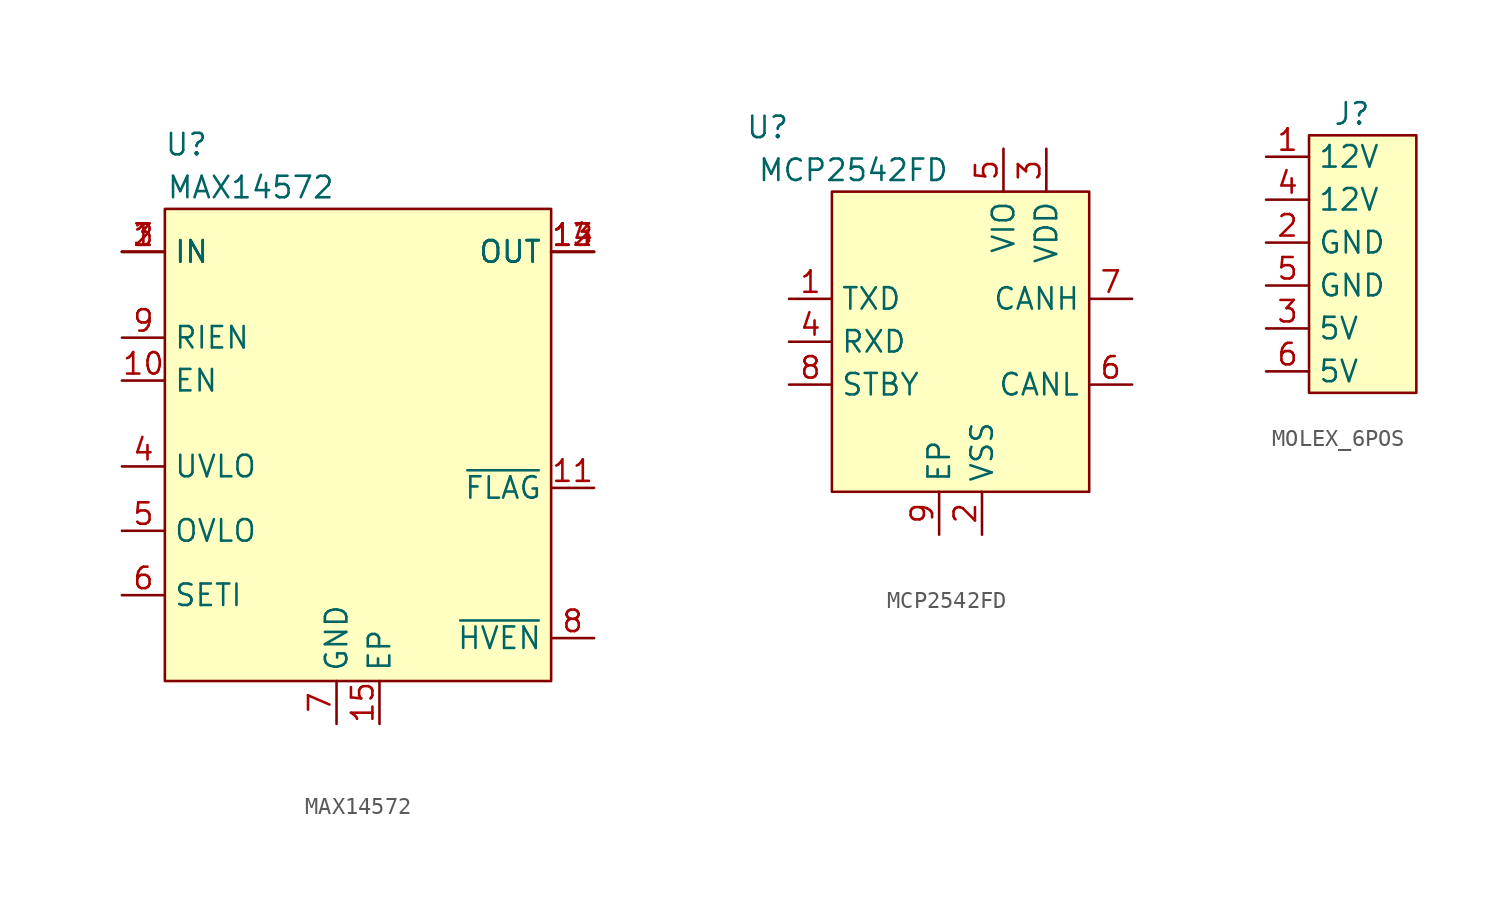
<source format=kicad_sym>
(kicad_symbol_lib
  (version 20220914)
  (generator kicad_symbol_editor)
  (symbol "MAX14572"
    (property "Reference" "U"
      (at -10.16 3.81 0)
      (effects (font (size 1.27 1.27))))
    (property "Value" "MAX14572"
      (at -6.35 1.27 0)
      (effects (font (size 1.27 1.27))))
    (symbol "MAX14572_1_1"
      (rectangle (start -11.43 0) (end 11.43 -27.94) (stroke (width 0) (type default)) (fill (type background)))
      (pin input line (at -13.97 -2.54 0) (length 2.54) (name "IN" (effects (font (size 1.27 1.27)))) (number "1" (effects (font (size 1.27 1.27)))))
      (pin input line (at -13.97 -10.16 0) (length 2.54) (name "EN" (effects (font (size 1.27 1.27)))) (number "10" (effects (font (size 1.27 1.27)))))
      (pin input line (at 13.97 -16.51 180) (length 2.54) (name "~{FLAG}" (effects (font (size 1.27 1.27)))) (number "11" (effects (font (size 1.27 1.27)))))
      (pin input line (at 13.97 -2.54 180) (length 2.54) (name "OUT" (effects (font (size 1.27 1.27)))) (number "12" (effects (font (size 1.27 1.27)))))
      (pin input line (at 13.97 -2.54 180) (length 2.54) (name "OUT" (effects (font (size 1.27 1.27)))) (number "13" (effects (font (size 1.27 1.27)))))
      (pin input line (at 13.97 -2.54 180) (length 2.54) (name "OUT" (effects (font (size 1.27 1.27)))) (number "14" (effects (font (size 1.27 1.27)))))
      (pin input line (at 1.27 -30.48 90) (length 2.54) (name "EP" (effects (font (size 1.27 1.27)))) (number "15" (effects (font (size 1.27 1.27)))))
      (pin input line (at -13.97 -2.54 0) (length 2.54) (name "IN" (effects (font (size 1.27 1.27)))) (number "2" (effects (font (size 1.27 1.27)))))
      (pin input line (at -13.97 -2.54 0) (length 2.54) (name "IN" (effects (font (size 1.27 1.27)))) (number "3" (effects (font (size 1.27 1.27)))))
      (pin input line (at -13.97 -15.24 0) (length 2.54) (name "UVLO" (effects (font (size 1.27 1.27)))) (number "4" (effects (font (size 1.27 1.27)))))
      (pin input line (at -13.97 -19.05 0) (length 2.54) (name "OVLO" (effects (font (size 1.27 1.27)))) (number "5" (effects (font (size 1.27 1.27)))))
      (pin input line (at -13.97 -22.86 0) (length 2.54) (name "SETI" (effects (font (size 1.27 1.27)))) (number "6" (effects (font (size 1.27 1.27)))))
      (pin input line (at -1.27 -30.48 90) (length 2.54) (name "GND" (effects (font (size 1.27 1.27)))) (number "7" (effects (font (size 1.27 1.27)))))
      (pin input line (at 13.97 -25.4 180) (length 2.54) (name "~{HVEN}" (effects (font (size 1.27 1.27)))) (number "8" (effects (font (size 1.27 1.27)))))
      (pin input line (at -13.97 -7.62 0) (length 2.54) (name "RIEN" (effects (font (size 1.27 1.27)))) (number "9" (effects (font (size 1.27 1.27)))))))
  (symbol "MCP2542FD"
    (property "Reference" "U"
      (at -11.43 3.81 0)
      (effects (font (size 1.27 1.27))))
    (property "Value" "MCP2542FD"
      (at -6.35 1.27 0)
      (effects (font (size 1.27 1.27))))
    (symbol "MCP2542FD_0_0"
      (pin passive line (at -10.16 -6.35 0) (length 2.54) (name "TXD" (effects (font (size 1.27 1.27)))) (number "1" (effects (font (size 1.27 1.27)))))
      (pin passive line (at 1.27 -20.32 90) (length 2.54) (name "VSS" (effects (font (size 1.27 1.27)))) (number "2" (effects (font (size 1.27 1.27)))))
      (pin passive line (at 5.08 2.54 270) (length 2.54) (name "VDD" (effects (font (size 1.27 1.27)))) (number "3" (effects (font (size 1.27 1.27)))))
      (pin passive line (at -10.16 -8.89 0) (length 2.54) (name "RXD" (effects (font (size 1.27 1.27)))) (number "4" (effects (font (size 1.27 1.27)))))
      (pin passive line (at 2.54 2.54 270) (length 2.54) (name "VIO" (effects (font (size 1.27 1.27)))) (number "5" (effects (font (size 1.27 1.27)))))
      (pin passive line (at 10.16 -11.43 180) (length 2.54) (name "CANL" (effects (font (size 1.27 1.27)))) (number "6" (effects (font (size 1.27 1.27)))))
      (pin passive line (at 10.16 -6.35 180) (length 2.54) (name "CANH" (effects (font (size 1.27 1.27)))) (number "7" (effects (font (size 1.27 1.27)))))
      (pin passive line (at -10.16 -11.43 0) (length 2.54) (name "STBY" (effects (font (size 1.27 1.27)))) (number "8" (effects (font (size 1.27 1.27)))))
      (pin passive line (at -1.27 -20.32 90) (length 2.54) (name "EP" (effects (font (size 1.27 1.27)))) (number "9" (effects (font (size 1.27 1.27))))))
    (symbol "MCP2542FD_1_1"
      (rectangle (start -7.62 0) (end 7.62 -17.78) (stroke (width 0) (type default)) (fill (type background)))))
  (symbol "MOLEX_6POS"
    (property "Reference" "J"
      (at 0 0 0)
      (effects (font (size 1.27 1.27))))
    (property "Value" ""
      (at 0 0 0)
      (effects (font (size 1.27 1.27))))
    (symbol "MOLEX_6POS_1_1"
      (rectangle (start -2.54 -1.27) (end 3.81 -16.51) (stroke (width 0) (type default)) (fill (type background)))
      (pin passive line (at -5.08 -2.54 0) (length 2.54) (name "12V" (effects (font (size 1.27 1.27)))) (number "1" (effects (font (size 1.27 1.27)))))
      (pin passive line (at -5.08 -7.62 0) (length 2.54) (name "GND" (effects (font (size 1.27 1.27)))) (number "2" (effects (font (size 1.27 1.27)))))
      (pin passive line (at -5.08 -12.7 0) (length 2.54) (name "5V" (effects (font (size 1.27 1.27)))) (number "3" (effects (font (size 1.27 1.27)))))
      (pin passive line (at -5.08 -5.08 0) (length 2.54) (name "12V" (effects (font (size 1.27 1.27)))) (number "4" (effects (font (size 1.27 1.27)))))
      (pin passive line (at -5.08 -10.16 0) (length 2.54) (name "GND" (effects (font (size 1.27 1.27)))) (number "5" (effects (font (size 1.27 1.27)))))
      (pin passive line (at -5.08 -15.24 0) (length 2.54) (name "5V" (effects (font (size 1.27 1.27)))) (number "6" (effects (font (size 1.27 1.27))))))))
</source>
